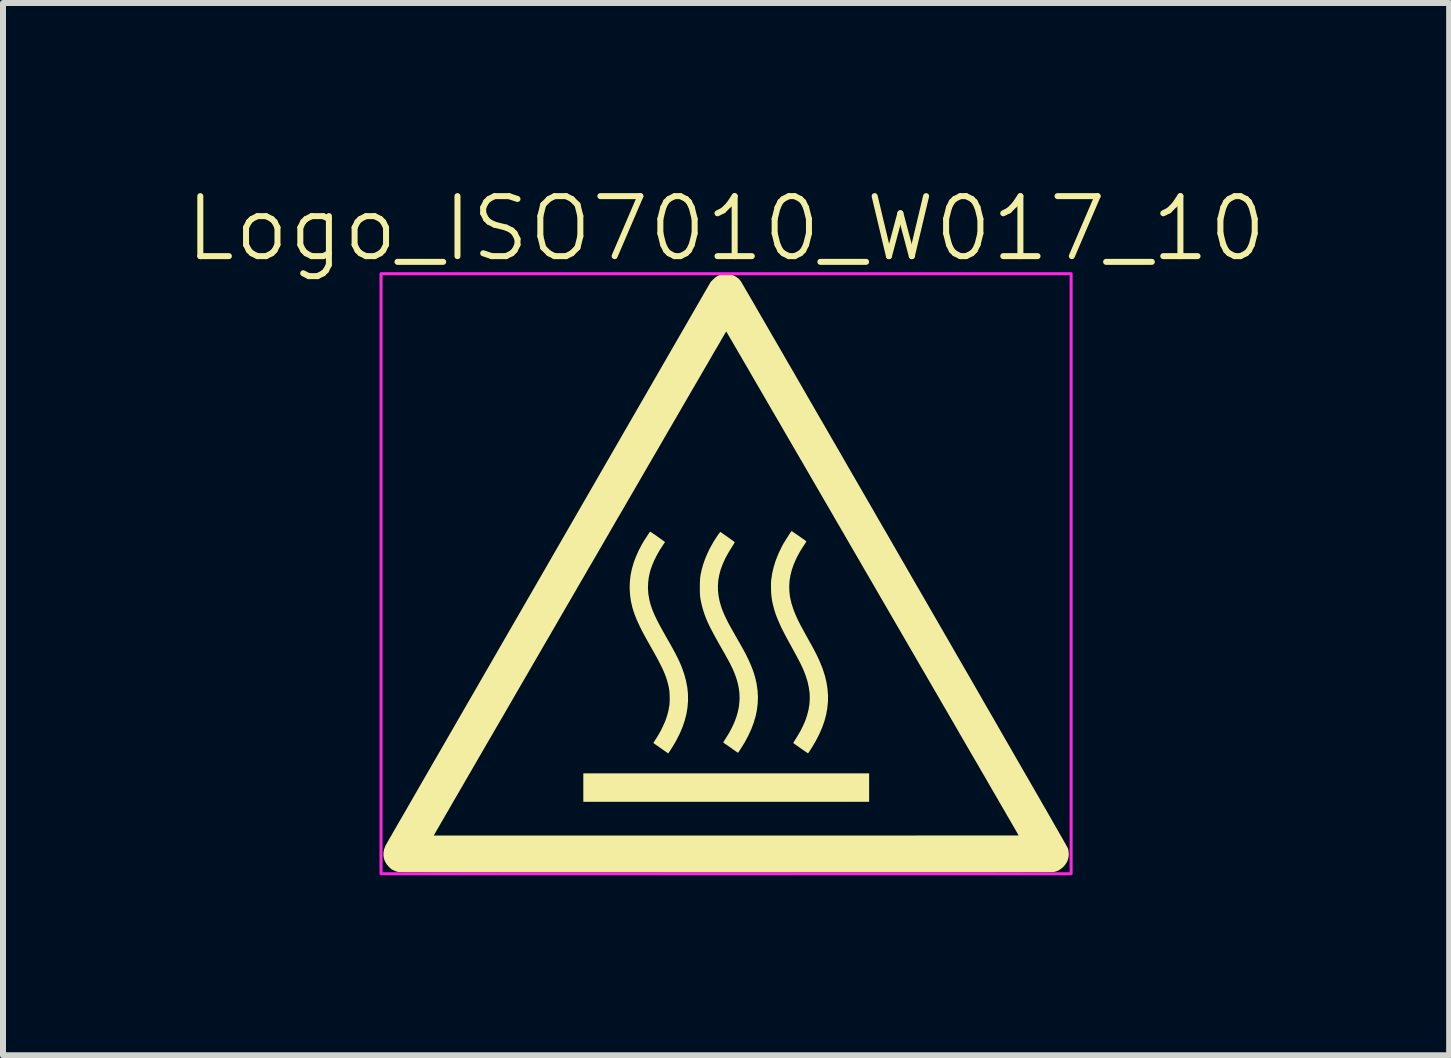
<source format=kicad_pcb>
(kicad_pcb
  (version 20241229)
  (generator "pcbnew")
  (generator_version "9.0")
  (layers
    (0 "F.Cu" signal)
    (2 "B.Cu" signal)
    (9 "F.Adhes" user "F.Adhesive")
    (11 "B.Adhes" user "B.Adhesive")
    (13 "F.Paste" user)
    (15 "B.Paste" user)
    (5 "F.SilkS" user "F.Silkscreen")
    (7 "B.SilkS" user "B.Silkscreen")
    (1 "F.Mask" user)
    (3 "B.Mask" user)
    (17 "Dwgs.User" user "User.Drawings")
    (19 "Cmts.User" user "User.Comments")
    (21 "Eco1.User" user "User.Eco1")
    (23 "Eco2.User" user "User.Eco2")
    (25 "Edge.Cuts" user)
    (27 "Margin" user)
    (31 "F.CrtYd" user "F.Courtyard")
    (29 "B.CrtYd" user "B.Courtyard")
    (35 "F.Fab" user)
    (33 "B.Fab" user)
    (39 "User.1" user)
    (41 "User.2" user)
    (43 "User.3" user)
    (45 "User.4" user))
  (footprint "Logo_ISO7010_W017_10"
    (layer "F.Cu")
    (at 9.05 6.511)
    (property "Reference" "Logo_ISO7010_W017_10" (at 0 -5.75 0) (unlocked yes) (layer "F.SilkS") (effects (font (size 1 1) (thickness 0.1))))
    (attr smd exclude_from_pos_files exclude_from_bom)
    (fp_poly (pts (xy 2.384 3.564) (xy 2.384 3.801) (xy 0.002 3.801) (xy -2.379 3.801) (xy -2.379 3.564) (xy -2.379 3.327) (xy 0.002 3.327) (xy 2.384 3.327)) (stroke (width 0) (type solid)) (fill yes) (layer "F.SilkS"))
    (fp_poly (pts (xy 1.094 -0.708) (xy 1.106 -0.702) (xy 1.122 -0.691) (xy 1.143 -0.677) (xy 1.168 -0.66) (xy 1.194 -0.642) (xy 1.222 -0.623) (xy 1.249 -0.604) (xy 1.274 -0.586) (xy 1.298 -0.57) (xy 1.317 -0.556) (xy 1.331 -0.545) (xy 1.338 -0.539) (xy 1.336 -0.535) (xy 1.33 -0.524) (xy 1.32 -0.507) (xy 1.307 -0.487) (xy 1.299 -0.475) (xy 1.257 -0.411) (xy 1.222 -0.352) (xy 1.191 -0.295) (xy 1.163 -0.239) (xy 1.138 -0.18) (xy 1.131 -0.164) (xy 1.097 -0.069) (xy 1.073 0.024) (xy 1.058 0.116) (xy 1.052 0.208) (xy 1.055 0.301) (xy 1.067 0.395) (xy 1.089 0.49) (xy 1.12 0.588) (xy 1.14 0.64) (xy 1.152 0.671) (xy 1.165 0.7) (xy 1.178 0.73) (xy 1.192 0.76) (xy 1.208 0.793) (xy 1.226 0.828) (xy 1.246 0.867) (xy 1.269 0.91) (xy 1.296 0.959) (xy 1.326 1.014) (xy 1.36 1.075) (xy 1.387 1.124) (xy 1.433 1.206) (xy 1.473 1.282) (xy 1.509 1.352) (xy 1.54 1.417) (xy 1.567 1.478) (xy 1.591 1.536) (xy 1.61 1.585) (xy 1.646 1.697) (xy 1.673 1.807) (xy 1.69 1.916) (xy 1.699 2.024) (xy 1.698 2.132) (xy 1.687 2.24) (xy 1.668 2.348) (xy 1.639 2.457) (xy 1.6 2.566) (xy 1.552 2.676) (xy 1.495 2.787) (xy 1.436 2.887) (xy 1.421 2.911) (xy 1.406 2.934) (xy 1.393 2.954) (xy 1.383 2.969) (xy 1.382 2.971) (xy 1.365 2.994) (xy 1.244 2.91) (xy 1.214 2.888) (xy 1.186 2.869) (xy 1.162 2.852) (xy 1.142 2.838) (xy 1.128 2.828) (xy 1.121 2.823) (xy 1.12 2.822) (xy 1.122 2.817) (xy 1.128 2.806) (xy 1.138 2.789) (xy 1.15 2.768) (xy 1.159 2.755) (xy 1.205 2.68) (xy 1.245 2.61) (xy 1.278 2.544) (xy 1.307 2.48) (xy 1.332 2.416) (xy 1.35 2.359) (xy 1.374 2.266) (xy 1.389 2.174) (xy 1.395 2.082) (xy 1.392 1.989) (xy 1.379 1.895) (xy 1.358 1.799) (xy 1.327 1.701) (xy 1.301 1.632) (xy 1.286 1.596) (xy 1.27 1.559) (xy 1.251 1.519) (xy 1.23 1.476) (xy 1.205 1.429) (xy 1.177 1.376) (xy 1.145 1.317) (xy 1.109 1.251) (xy 1.097 1.229) (xy 1.047 1.138) (xy 1.002 1.055) (xy 0.962 0.978) (xy 0.926 0.907) (xy 0.895 0.84) (xy 0.868 0.778) (xy 0.844 0.72) (xy 0.823 0.664) (xy 0.806 0.61) (xy 0.791 0.557) (xy 0.778 0.504) (xy 0.767 0.451) (xy 0.76 0.406) (xy 0.756 0.372) (xy 0.752 0.332) (xy 0.75 0.287) (xy 0.749 0.24) (xy 0.748 0.194) (xy 0.749 0.151) (xy 0.751 0.115) (xy 0.752 0.105) (xy 0.768 -0.005) (xy 0.794 -0.115) (xy 0.829 -0.226) (xy 0.874 -0.338) (xy 0.928 -0.45) (xy 0.953 -0.496) (xy 0.963 -0.514) (xy 0.978 -0.537) (xy 0.995 -0.565) (xy 1.014 -0.595) (xy 1.034 -0.626) (xy 1.052 -0.655) (xy 1.069 -0.68) (xy 1.083 -0.701) (xy 1.09 -0.71)) (stroke (width 0) (type solid)) (fill yes) (layer "F.SilkS"))
    (fp_poly (pts (xy -1.261 -0.699) (xy -1.249 -0.692) (xy -1.232 -0.68) (xy -1.21 -0.665) (xy -1.184 -0.648) (xy -1.156 -0.628) (xy -1.127 -0.607) (xy -1.097 -0.586) (xy -1.068 -0.565) (xy -1.04 -0.545) (xy -1.032 -0.539) (xy -1.017 -0.528) (xy -1.051 -0.478) (xy -1.106 -0.393) (xy -1.155 -0.307) (xy -1.197 -0.222) (xy -1.232 -0.14) (xy -1.26 -0.06) (xy -1.265 -0.042) (xy -1.287 0.053) (xy -1.299 0.149) (xy -1.302 0.245) (xy -1.295 0.341) (xy -1.278 0.436) (xy -1.273 0.459) (xy -1.261 0.503) (xy -1.247 0.548) (xy -1.231 0.593) (xy -1.212 0.64) (xy -1.191 0.689) (xy -1.166 0.742) (xy -1.138 0.799) (xy -1.105 0.861) (xy -1.068 0.929) (xy -1.026 1.004) (xy -0.996 1.058) (xy -0.956 1.127) (xy -0.921 1.189) (xy -0.89 1.245) (xy -0.863 1.295) (xy -0.839 1.34) (xy -0.818 1.382) (xy -0.798 1.421) (xy -0.781 1.458) (xy -0.765 1.494) (xy -0.75 1.529) (xy -0.736 1.564) (xy -0.697 1.675) (xy -0.667 1.786) (xy -0.646 1.896) (xy -0.635 2.005) (xy -0.634 2.114) (xy -0.642 2.223) (xy -0.66 2.332) (xy -0.687 2.441) (xy -0.724 2.551) (xy -0.771 2.662) (xy -0.827 2.773) (xy -0.844 2.804) (xy -0.853 2.82) (xy -0.866 2.841) (xy -0.88 2.864) (xy -0.895 2.889) (xy -0.911 2.914) (xy -0.926 2.938) (xy -0.94 2.959) (xy -0.951 2.977) (xy -0.96 2.989) (xy -0.964 2.995) (xy -0.964 2.995) (xy -0.968 2.992) (xy -0.979 2.984) (xy -0.996 2.972) (xy -1.018 2.957) (xy -1.045 2.939) (xy -1.074 2.918) (xy -1.087 2.909) (xy -1.117 2.888) (xy -1.145 2.868) (xy -1.169 2.851) (xy -1.189 2.837) (xy -1.202 2.828) (xy -1.21 2.822) (xy -1.211 2.822) (xy -1.209 2.817) (xy -1.203 2.806) (xy -1.193 2.789) (xy -1.18 2.769) (xy -1.174 2.759) (xy -1.147 2.717) (xy -1.124 2.679) (xy -1.103 2.642) (xy -1.082 2.604) (xy -1.061 2.56) (xy -1.056 2.55) (xy -1.016 2.461) (xy -0.985 2.374) (xy -0.962 2.287) (xy -0.946 2.2) (xy -0.945 2.192) (xy -0.941 2.147) (xy -0.939 2.096) (xy -0.94 2.042) (xy -0.942 1.989) (xy -0.947 1.939) (xy -0.952 1.907) (xy -0.962 1.861) (xy -0.973 1.816) (xy -0.986 1.771) (xy -1.001 1.724) (xy -1.02 1.675) (xy -1.041 1.624) (xy -1.066 1.57) (xy -1.095 1.511) (xy -1.128 1.447) (xy -1.165 1.378) (xy -1.207 1.302) (xy -1.253 1.221) (xy -1.306 1.128) (xy -1.353 1.042) (xy -1.396 0.962) (xy -1.433 0.888) (xy -1.466 0.818) (xy -1.495 0.753) (xy -1.519 0.692) (xy -1.54 0.633) (xy -1.558 0.575) (xy -1.572 0.519) (xy -1.584 0.464) (xy -1.593 0.408) (xy -1.6 0.352) (xy -1.607 0.246) (xy -1.604 0.141) (xy -1.593 0.035) (xy -1.572 -0.071) (xy -1.542 -0.178) (xy -1.502 -0.285) (xy -1.453 -0.394) (xy -1.402 -0.491) (xy -1.391 -0.51) (xy -1.377 -0.533) (xy -1.362 -0.558) (xy -1.344 -0.585) (xy -1.327 -0.612) (xy -1.31 -0.638) (xy -1.295 -0.661) (xy -1.282 -0.68) (xy -1.272 -0.693) (xy -1.267 -0.7) (xy -1.266 -0.701)) (stroke (width 0) (type solid)) (fill yes) (layer "F.SilkS"))
    (fp_poly (pts (xy -0.09 -0.693) (xy -0.078 -0.685) (xy -0.061 -0.673) (xy -0.039 -0.658) (xy -0.015 -0.641) (xy 0.012 -0.622) (xy 0.039 -0.603) (xy 0.065 -0.584) (xy 0.089 -0.567) (xy 0.111 -0.552) (xy 0.128 -0.539) (xy 0.139 -0.531) (xy 0.144 -0.527) (xy 0.143 -0.522) (xy 0.137 -0.51) (xy 0.126 -0.492) (xy 0.113 -0.47) (xy 0.099 -0.448) (xy 0.039 -0.351) (xy -0.013 -0.256) (xy -0.055 -0.163) (xy -0.089 -0.073) (xy -0.113 0.017) (xy -0.129 0.105) (xy -0.136 0.193) (xy -0.135 0.281) (xy -0.125 0.369) (xy -0.108 0.458) (xy -0.092 0.514) (xy -0.074 0.572) (xy -0.051 0.632) (xy -0.024 0.695) (xy 0.008 0.762) (xy 0.045 0.835) (xy 0.088 0.913) (xy 0.119 0.967) (xy 0.153 1.028) (xy 0.183 1.08) (xy 0.209 1.126) (xy 0.232 1.165) (xy 0.251 1.2) (xy 0.268 1.229) (xy 0.282 1.255) (xy 0.295 1.278) (xy 0.306 1.299) (xy 0.316 1.318) (xy 0.326 1.337) (xy 0.335 1.355) (xy 0.337 1.358) (xy 0.377 1.441) (xy 0.412 1.519) (xy 0.441 1.593) (xy 0.466 1.664) (xy 0.486 1.734) (xy 0.503 1.805) (xy 0.51 1.843) (xy 0.525 1.948) (xy 0.531 2.054) (xy 0.527 2.16) (xy 0.515 2.266) (xy 0.493 2.373) (xy 0.461 2.481) (xy 0.421 2.589) (xy 0.37 2.699) (xy 0.311 2.81) (xy 0.241 2.923) (xy 0.241 2.923) (xy 0.227 2.944) (xy 0.215 2.963) (xy 0.206 2.976) (xy 0.2 2.984) (xy 0.199 2.985) (xy 0.195 2.982) (xy 0.184 2.974) (xy 0.167 2.963) (xy 0.144 2.947) (xy 0.118 2.929) (xy 0.089 2.908) (xy 0.076 2.899) (xy 0.046 2.878) (xy 0.018 2.858) (xy -0.006 2.842) (xy -0.026 2.828) (xy -0.04 2.818) (xy -0.047 2.813) (xy -0.048 2.812) (xy -0.046 2.808) (xy -0.039 2.797) (xy -0.029 2.78) (xy -0.017 2.761) (xy -0.013 2.755) (xy 0.046 2.66) (xy 0.096 2.568) (xy 0.137 2.479) (xy 0.17 2.392) (xy 0.195 2.307) (xy 0.213 2.221) (xy 0.222 2.136) (xy 0.225 2.067) (xy 0.222 1.986) (xy 0.212 1.907) (xy 0.196 1.829) (xy 0.173 1.748) (xy 0.159 1.708) (xy 0.147 1.676) (xy 0.135 1.646) (xy 0.123 1.616) (xy 0.109 1.585) (xy 0.094 1.553) (xy 0.077 1.519) (xy 0.058 1.481) (xy 0.036 1.44) (xy 0.01 1.394) (xy -0.019 1.341) (xy -0.052 1.283) (xy -0.09 1.217) (xy -0.094 1.209) (xy -0.14 1.128) (xy -0.181 1.054) (xy -0.217 0.987) (xy -0.25 0.925) (xy -0.278 0.869) (xy -0.303 0.816) (xy -0.325 0.766) (xy -0.344 0.718) (xy -0.361 0.672) (xy -0.376 0.627) (xy -0.39 0.581) (xy -0.402 0.534) (xy -0.412 0.493) (xy -0.42 0.457) (xy -0.426 0.424) (xy -0.431 0.393) (xy -0.434 0.36) (xy -0.436 0.325) (xy -0.437 0.284) (xy -0.437 0.236) (xy -0.437 0.227) (xy -0.437 0.178) (xy -0.436 0.136) (xy -0.434 0.099) (xy -0.432 0.066) (xy -0.427 0.035) (xy -0.422 0.003) (xy -0.414 -0.032) (xy -0.405 -0.072) (xy -0.382 -0.155) (xy -0.351 -0.243) (xy -0.314 -0.331) (xy -0.272 -0.42) (xy -0.225 -0.505) (xy -0.224 -0.506) (xy -0.209 -0.533) (xy -0.191 -0.561) (xy -0.173 -0.589) (xy -0.155 -0.616) (xy -0.138 -0.642) (xy -0.123 -0.663) (xy -0.11 -0.681) (xy -0.1 -0.692) (xy -0.095 -0.697) (xy -0.095 -0.697)) (stroke (width 0) (type solid)) (fill yes) (layer "F.SilkS"))
    (fp_poly (pts (xy 0.033 -4.996) (xy 0.083 -4.986) (xy 0.131 -4.968) (xy 0.175 -4.943) (xy 0.214 -4.912) (xy 0.246 -4.874) (xy 0.249 -4.869) (xy 0.257 -4.855) (xy 0.27 -4.833) (xy 0.288 -4.803) (xy 0.309 -4.766) (xy 0.336 -4.72) (xy 0.366 -4.668) (xy 0.401 -4.608) (xy 0.44 -4.541) (xy 0.483 -4.467) (xy 0.529 -4.386) (xy 0.58 -4.299) (xy 0.634 -4.205) (xy 0.692 -4.105) (xy 0.753 -3.999) (xy 0.818 -3.888) (xy 0.886 -3.77) (xy 0.957 -3.647) (xy 1.031 -3.518) (xy 1.109 -3.385) (xy 1.189 -3.246) (xy 1.272 -3.102) (xy 1.357 -2.954) (xy 1.446 -2.801) (xy 1.536 -2.644) (xy 1.63 -2.483) (xy 1.725 -2.317) (xy 1.823 -2.148) (xy 1.923 -1.976) (xy 2.024 -1.799) (xy 2.128 -1.62) (xy 2.234 -1.437) (xy 2.341 -1.251) (xy 2.45 -1.063) (xy 2.56 -0.871) (xy 2.672 -0.678) (xy 2.785 -0.482) (xy 2.899 -0.284) (xy 2.976 -0.151) (xy 3.132 0.12) (xy 3.284 0.382) (xy 3.431 0.637) (xy 3.573 0.883) (xy 3.71 1.12) (xy 3.842 1.35) (xy 3.97 1.571) (xy 4.093 1.784) (xy 4.211 1.989) (xy 4.324 2.186) (xy 4.433 2.374) (xy 4.537 2.555) (xy 4.636 2.728) (xy 4.731 2.892) (xy 4.821 3.049) (xy 4.907 3.198) (xy 4.988 3.339) (xy 5.065 3.472) (xy 5.137 3.597) (xy 5.205 3.715) (xy 5.268 3.825) (xy 5.327 3.927) (xy 5.381 4.021) (xy 5.431 4.108) (xy 5.476 4.188) (xy 5.518 4.26) (xy 5.554 4.324) (xy 5.587 4.381) (xy 5.615 4.431) (xy 5.639 4.473) (xy 5.659 4.508) (xy 5.674 4.536) (xy 5.686 4.556) (xy 5.693 4.569) (xy 5.696 4.575) (xy 5.696 4.575) (xy 5.705 4.61) (xy 5.71 4.648) (xy 5.711 4.688) (xy 5.707 4.724) (xy 5.704 4.739) (xy 5.689 4.787) (xy 5.666 4.829) (xy 5.635 4.869) (xy 5.621 4.884) (xy 5.579 4.92) (xy 5.535 4.947) (xy 5.487 4.965) (xy 5.46 4.971) (xy 5.453 4.971) (xy 5.436 4.972) (xy 5.41 4.972) (xy 5.376 4.972) (xy 5.332 4.973) (xy 5.28 4.973) (xy 5.219 4.973) (xy 5.151 4.974) (xy 5.074 4.974) (xy 4.99 4.974) (xy 4.899 4.975) (xy 4.8 4.975) (xy 4.695 4.975) (xy 4.583 4.975) (xy 4.464 4.976) (xy 4.34 4.976) (xy 4.209 4.976) (xy 4.073 4.976) (xy 3.931 4.976) (xy 3.784 4.977) (xy 3.633 4.977) (xy 3.476 4.977) (xy 3.315 4.977) (xy 3.15 4.977) (xy 2.98 4.978) (xy 2.807 4.978) (xy 2.631 4.978) (xy 2.451 4.978) (xy 2.268 4.978) (xy 2.082 4.978) (xy 1.894 4.978) (xy 1.704 4.978) (xy 1.511 4.978) (xy 1.317 4.978) (xy 1.121 4.978) (xy 0.923 4.979) (xy 0.725 4.979) (xy 0.525 4.979) (xy 0.325 4.979) (xy 0.125 4.979) (xy -0.076 4.979) (xy -0.276 4.979) (xy -0.476 4.979) (xy -0.676 4.979) (xy -0.875 4.979) (xy -1.072 4.978) (xy -1.269 4.978) (xy -1.463 4.978) (xy -1.657 4.978) (xy -1.848 4.978) (xy -2.036 4.978) (xy -2.223 4.978) (xy -2.406 4.978) (xy -2.587 4.978) (xy -2.764 4.978) (xy -2.938 4.978) (xy -3.109 4.977) (xy -3.275 4.977) (xy -3.437 4.977) (xy -3.595 4.977) (xy -3.748 4.977) (xy -3.896 4.976) (xy -4.039 4.976) (xy -4.177 4.976) (xy -4.309 4.976) (xy -4.435 4.976) (xy -4.555 4.975) (xy -4.669 4.975) (xy -4.776 4.975) (xy -4.876 4.975) (xy -4.969 4.974) (xy -5.055 4.974) (xy -5.134 4.974) (xy -5.204 4.973) (xy -5.267 4.973) (xy -5.321 4.973) (xy -5.367 4.973) (xy -5.404 4.972) (xy -5.432 4.972) (xy -5.451 4.971) (xy -5.46 4.971) (xy -5.461 4.971) (xy -5.486 4.965) (xy -5.513 4.955) (xy -5.539 4.944) (xy -5.561 4.933) (xy -5.58 4.921) (xy -5.598 4.906) (xy -5.618 4.886) (xy -5.621 4.884) (xy -5.657 4.841) (xy -5.684 4.795) (xy -5.702 4.747) (xy -5.71 4.696) (xy -5.709 4.645) (xy -5.699 4.592) (xy -5.679 4.539) (xy -5.668 4.517) (xy -5.664 4.511) (xy -5.656 4.497) (xy -5.643 4.474) (xy -5.626 4.444) (xy -5.604 4.405) (xy -5.579 4.363) (xy -4.871 4.363) (xy 0.002 4.363) (xy 0.22 4.363) (xy 0.436 4.363) (xy 0.649 4.363) (xy 0.859 4.363) (xy 1.066 4.363) (xy 1.271 4.363) (xy 1.471 4.363) (xy 1.668 4.363) (xy 1.861 4.363) (xy 2.05 4.363) (xy 2.235 4.363) (xy 2.416 4.363) (xy 2.592 4.363) (xy 2.763 4.363) (xy 2.928 4.363) (xy 3.089 4.363) (xy 3.244 4.362) (xy 3.393 4.362) (xy 3.537 4.362) (xy 3.674 4.362) (xy 3.805 4.362) (xy 3.93 4.362) (xy 4.048 4.362) (xy 4.159 4.362) (xy 4.263 4.362) (xy 4.359 4.362) (xy 4.448 4.362) (xy 4.529 4.362) (xy 4.602 4.362) (xy 4.667 4.362) (xy 4.724 4.362) (xy 4.772 4.362) (xy 4.811 4.362) (xy 4.841 4.362) (xy 4.862 4.362) (xy 4.873 4.362) (xy 4.876 4.362) (xy 4.873 4.357) (xy 4.866 4.345) (xy 4.854 4.324) (xy 4.838 4.295) (xy 4.817 4.259) (xy 4.792 4.216) (xy 4.763 4.166) (xy 4.73 4.108) (xy 4.692 4.044) (xy 4.652 3.973) (xy 4.607 3.897) (xy 4.559 3.814) (xy 4.508 3.725) (xy 4.453 3.631) (xy 4.395 3.531) (xy 4.335 3.426) (xy 4.271 3.316) (xy 4.205 3.202) (xy 4.136 3.083) (xy 4.064 2.96) (xy 3.99 2.832) (xy 3.914 2.701) (xy 3.836 2.566) (xy 3.756 2.428) (xy 3.674 2.286) (xy 3.59 2.142) (xy 3.505 1.995) (xy 3.418 1.845) (xy 3.33 1.693) (xy 3.24 1.539) (xy 3.15 1.383) (xy 3.058 1.225) (xy 2.966 1.066) (xy 2.873 0.906) (xy 2.779 0.744) (xy 2.685 0.582) (xy 2.591 0.42) (xy 2.496 0.256) (xy 2.402 0.093) (xy 2.307 -0.07) (xy 2.213 -0.233) (xy 2.118 -0.395) (xy 2.025 -0.556) (xy 1.932 -0.717) (xy 1.839 -0.876) (xy 1.748 -1.034) (xy 1.657 -1.19) (xy 1.567 -1.345) (xy 1.479 -1.497) (xy 1.392 -1.647) (xy 1.306 -1.795) (xy 1.222 -1.94) (xy 1.139 -2.082) (xy 1.059 -2.22) (xy 0.98 -2.356) (xy 0.904 -2.488) (xy 0.829 -2.616) (xy 0.757 -2.74) (xy 0.688 -2.859) (xy 0.621 -2.975) (xy 0.557 -3.085) (xy 0.495 -3.191) (xy 0.437 -3.291) (xy 0.382 -3.387) (xy 0.33 -3.476) (xy 0.281 -3.56) (xy 0.236 -3.638) (xy 0.194 -3.709) (xy 0.156 -3.775) (xy 0.122 -3.833) (xy 0.092 -3.885) (xy 0.066 -3.929) (xy 0.044 -3.966) (xy 0.027 -3.996) (xy 0.014 -4.018) (xy 0.006 -4.032) (xy 0.003 -4.038) (xy 0.003 -4.038) (xy -0.000016 -4.034) (xy -0.007 -4.021) (xy -0.019 -4.001) (xy -0.036 -3.973) (xy -0.057 -3.937) (xy -0.082 -3.894) (xy -0.111 -3.843) (xy -0.144 -3.786) (xy -0.182 -3.722) (xy -0.223 -3.652) (xy -0.267 -3.575) (xy -0.315 -3.492) (xy -0.367 -3.404) (xy -0.421 -3.31) (xy -0.479 -3.21) (xy -0.54 -3.106) (xy -0.604 -2.996) (xy -0.67 -2.882) (xy -0.739 -2.763) (xy -0.811 -2.639) (xy -0.885 -2.512) (xy -0.961 -2.381) (xy -1.039 -2.246) (xy -1.119 -2.108) (xy -1.201 -1.967) (xy -1.285 -1.823) (xy -1.37 -1.676) (xy -1.457 -1.526) (xy -1.545 -1.374) (xy -1.635 -1.22) (xy -1.725 -1.064) (xy -1.817 -0.907) (xy -1.909 -0.748) (xy -2.002 -0.587) (xy -2.095 -0.426) (xy -2.189 -0.264) (xy -2.284 -0.102) (xy -2.378 0.061) (xy -2.473 0.224) (xy -2.567 0.387) (xy -2.662 0.55) (xy -2.756 0.712) (xy -2.849 0.873) (xy -2.942 1.034) (xy -3.035 1.193) (xy -3.126 1.351) (xy -3.217 1.507) (xy -3.306 1.661) (xy -3.395 1.814) (xy -3.482 1.964) (xy -3.567 2.111) (xy -3.651 2.256) (xy -3.733 2.398) (xy -3.814 2.536) (xy -3.892 2.672) (xy -3.969 2.803) (xy -4.043 2.931) (xy -4.115 3.055) (xy -4.184 3.175) (xy -4.251 3.29) (xy -4.315 3.4) (xy -4.376 3.506) (xy -4.434 3.606) (xy -4.489 3.701) (xy -4.541 3.79) (xy -4.589 3.874) (xy -4.634 3.952) (xy -4.676 4.023) (xy -4.713 4.088) (xy -4.747 4.146) (xy -4.777 4.198) (xy -4.802 4.242) (xy -4.824 4.279) (xy -4.841 4.309) (xy -4.853 4.33) (xy -4.861 4.344) (xy -4.864 4.349) (xy -4.871 4.363) (xy -5.579 4.363) (xy -5.577 4.36) (xy -5.547 4.306) (xy -5.512 4.246) (xy -5.473 4.178) (xy -5.43 4.104) (xy -5.383 4.023) (xy -5.332 3.935) (xy -5.278 3.841) (xy -5.22 3.74) (xy -5.159 3.634) (xy -5.094 3.521) (xy -5.026 3.403) (xy -4.955 3.28) (xy -4.881 3.151) (xy -4.803 3.017) (xy -4.723 2.878) (xy -4.64 2.734) (xy -4.554 2.585) (xy -4.466 2.432) (xy -4.375 2.275) (xy -4.282 2.113) (xy -4.186 1.948) (xy -4.089 1.779) (xy -3.989 1.606) (xy -3.887 1.429) (xy -3.784 1.25) (xy -3.678 1.067) (xy -3.571 0.881) (xy -3.462 0.693) (xy -3.352 0.502) (xy -3.24 0.308) (xy -3.127 0.112) (xy -3.013 -0.085) (xy -2.95 -0.195) (xy -0.256 -4.864) (xy -0.215 -4.905) (xy -0.177 -4.939) (xy -0.138 -4.964) (xy -0.097 -4.982) (xy -0.068 -4.99) (xy -0.018 -4.997)) (stroke (width 0) (type solid)) (fill yes) (layer "F.SilkS"))
    (fp_rect (start -5.75 -5) (end 5.75 5) (stroke (width 0.05) (type default)) (fill no) (layer "F.CrtYd")))
  (gr_rect
    (start -3 -3)
    (end 21.1 14.536)
    (stroke (width 0.1) (type default))
    (fill no)
    (layer "Edge.Cuts")))
</source>
